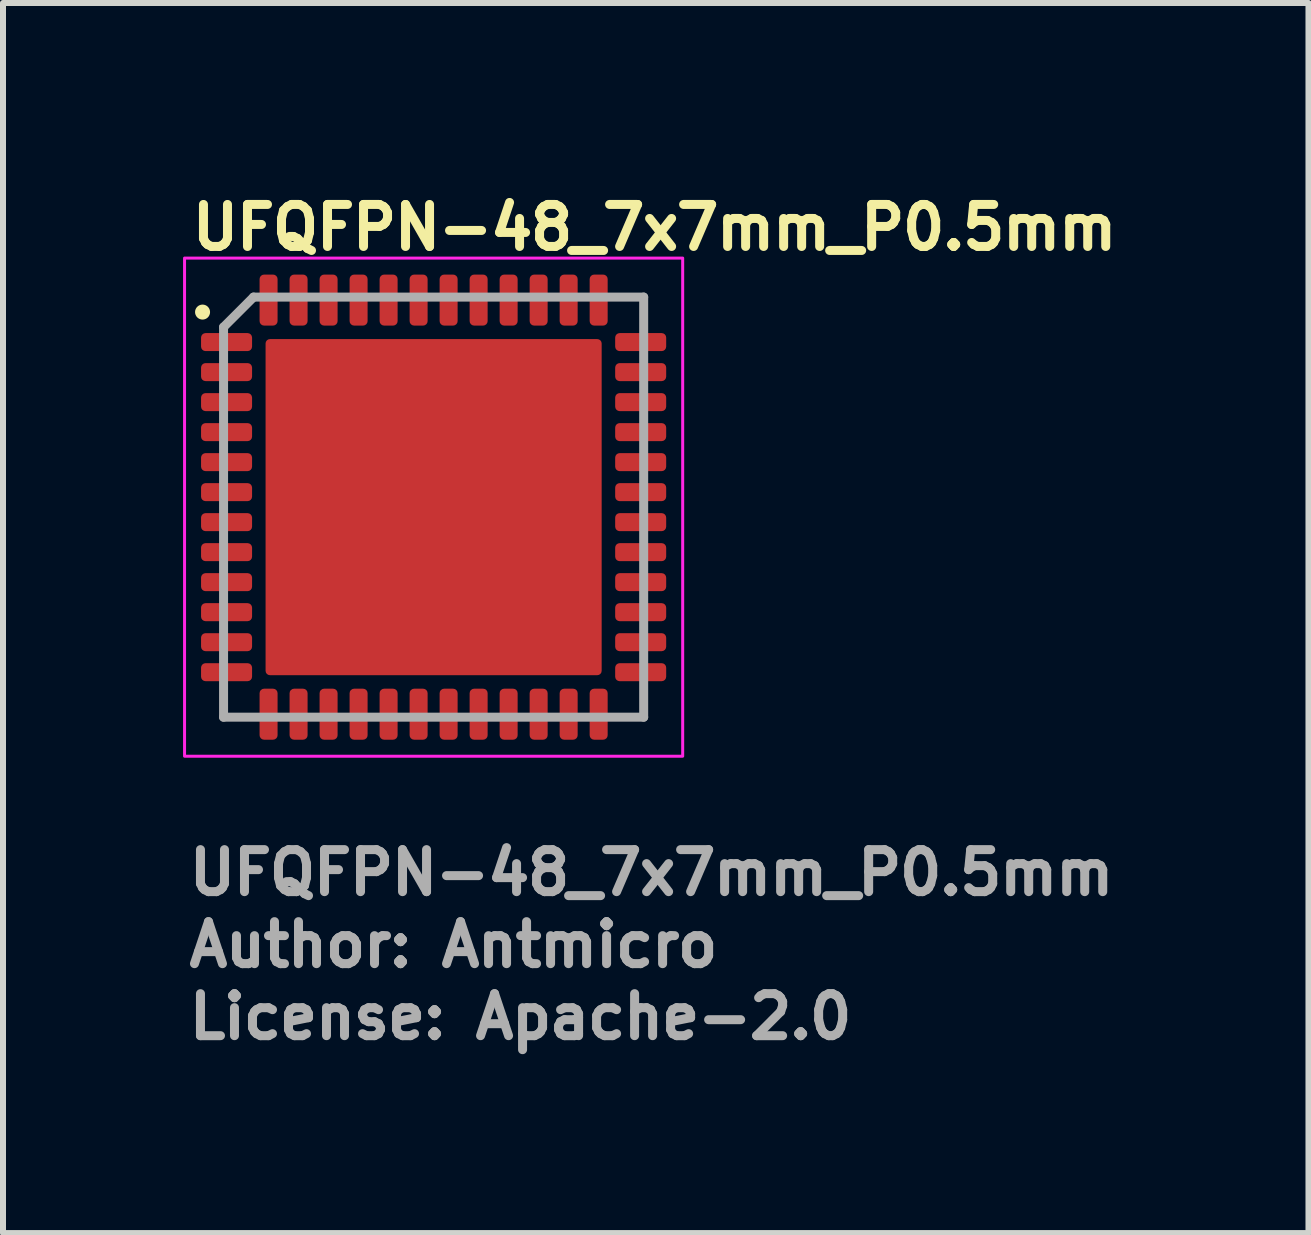
<source format=kicad_pcb>
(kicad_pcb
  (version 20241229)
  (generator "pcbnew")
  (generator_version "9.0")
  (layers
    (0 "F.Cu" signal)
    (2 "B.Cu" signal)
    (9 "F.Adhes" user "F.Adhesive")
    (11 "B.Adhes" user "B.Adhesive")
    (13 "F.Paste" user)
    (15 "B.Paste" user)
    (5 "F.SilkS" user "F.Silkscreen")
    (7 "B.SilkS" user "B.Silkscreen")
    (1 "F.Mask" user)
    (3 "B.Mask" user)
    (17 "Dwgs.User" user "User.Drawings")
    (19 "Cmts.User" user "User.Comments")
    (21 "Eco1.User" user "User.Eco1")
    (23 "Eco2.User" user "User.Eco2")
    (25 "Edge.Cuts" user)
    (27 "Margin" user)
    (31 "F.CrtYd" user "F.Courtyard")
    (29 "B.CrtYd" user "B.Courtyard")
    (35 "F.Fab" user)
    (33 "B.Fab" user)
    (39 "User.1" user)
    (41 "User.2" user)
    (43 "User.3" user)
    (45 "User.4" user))
  (footprint "UFQFPN-48_7x7mm_P0.5mm"
    (layer "F.Cu")
    (at 4.175 5.4)
    (property "Reference" "UFQFPN-48_7x7mm_P0.5mm" (at -4.1 -4.25 0) (layer "F.SilkS") (effects (font (size 0.7 0.7) (thickness 0.15)) (justify left bottom)))
    (attr smd)
    (fp_circle (center -3.85 -3.25) (end -3.8 -3.25) (stroke (width 0.15) (type solid)) (fill yes) (layer "F.SilkS"))
    (fp_rect (start -4.15 -4.15) (end 4.15 4.15) (stroke (width 0.05) (type solid)) (fill no) (layer "F.CrtYd"))
    (fp_line (start -3.5 -3) (end -3 -3.5) (stroke (width 0.15) (type solid)) (layer "F.Fab"))
    (fp_line (start -3.5 3.5) (end -3.5 -3) (stroke (width 0.15) (type solid)) (layer "F.Fab"))
    (fp_line (start -3 -3.5) (end 3.5 -3.5) (stroke (width 0.15) (type solid)) (layer "F.Fab"))
    (fp_line (start 3.5 -3.5) (end 3.5 3.5) (stroke (width 0.15) (type solid)) (layer "F.Fab"))
    (fp_line (start 3.5 3.5) (end -3.5 3.5) (stroke (width 0.15) (type solid)) (layer "F.Fab"))
    (fp_rect (start -3.55 -3.55) (end 3.55 3.55) (stroke (width 0.1) (type solid)) (fill no) (layer "User.5"))
    (fp_line (start -3.55 -2.875) (end -3.5 -2.875) (stroke (width 0.02) (type solid)) (layer "User.9"))
    (fp_line (start -3.55 -2.625) (end -3.55 -2.875) (stroke (width 0.02) (type solid)) (layer "User.9"))
    (fp_line (start -3.55 -2.625) (end -3.5 -2.625) (stroke (width 0.02) (type solid)) (layer "User.9"))
    (fp_line (start -3.55 -2.375) (end -3.5 -2.375) (stroke (width 0.02) (type solid)) (layer "User.9"))
    (fp_line (start -3.55 -2.125) (end -3.55 -2.375) (stroke (width 0.02) (type solid)) (layer "User.9"))
    (fp_line (start -3.55 -2.125) (end -3.5 -2.125) (stroke (width 0.02) (type solid)) (layer "User.9"))
    (fp_line (start -3.55 -1.875) (end -3.5 -1.875) (stroke (width 0.02) (type solid)) (layer "User.9"))
    (fp_line (start -3.55 -1.625) (end -3.55 -1.875) (stroke (width 0.02) (type solid)) (layer "User.9"))
    (fp_line (start -3.55 -1.625) (end -3.5 -1.625) (stroke (width 0.02) (type solid)) (layer "User.9"))
    (fp_line (start -3.55 -1.375) (end -3.5 -1.375) (stroke (width 0.02) (type solid)) (layer "User.9"))
    (fp_line (start -3.55 -1.125) (end -3.55 -1.375) (stroke (width 0.02) (type solid)) (layer "User.9"))
    (fp_line (start -3.55 -1.125) (end -3.5 -1.125) (stroke (width 0.02) (type solid)) (layer "User.9"))
    (fp_line (start -3.55 -0.875) (end -3.5 -0.875) (stroke (width 0.02) (type solid)) (layer "User.9"))
    (fp_line (start -3.55 -0.625) (end -3.55 -0.875) (stroke (width 0.02) (type solid)) (layer "User.9"))
    (fp_line (start -3.55 -0.625) (end -3.5 -0.625) (stroke (width 0.02) (type solid)) (layer "User.9"))
    (fp_line (start -3.55 -0.375) (end -3.5 -0.375) (stroke (width 0.02) (type solid)) (layer "User.9"))
    (fp_line (start -3.55 -0.125) (end -3.55 -0.375) (stroke (width 0.02) (type solid)) (layer "User.9"))
    (fp_line (start -3.55 -0.125) (end -3.5 -0.125) (stroke (width 0.02) (type solid)) (layer "User.9"))
    (fp_line (start -3.55 0.125) (end -3.5 0.125) (stroke (width 0.02) (type solid)) (layer "User.9"))
    (fp_line (start -3.55 0.375) (end -3.55 0.125) (stroke (width 0.02) (type solid)) (layer "User.9"))
    (fp_line (start -3.55 0.375) (end -3.5 0.375) (stroke (width 0.02) (type solid)) (layer "User.9"))
    (fp_line (start -3.55 0.625) (end -3.5 0.625) (stroke (width 0.02) (type solid)) (layer "User.9"))
    (fp_line (start -3.55 0.875) (end -3.55 0.625) (stroke (width 0.02) (type solid)) (layer "User.9"))
    (fp_line (start -3.55 0.875) (end -3.5 0.875) (stroke (width 0.02) (type solid)) (layer "User.9"))
    (fp_line (start -3.55 1.125) (end -3.5 1.125) (stroke (width 0.02) (type solid)) (layer "User.9"))
    (fp_line (start -3.55 1.375) (end -3.55 1.125) (stroke (width 0.02) (type solid)) (layer "User.9"))
    (fp_line (start -3.55 1.375) (end -3.5 1.375) (stroke (width 0.02) (type solid)) (layer "User.9"))
    (fp_line (start -3.55 1.625) (end -3.5 1.625) (stroke (width 0.02) (type solid)) (layer "User.9"))
    (fp_line (start -3.55 1.875) (end -3.55 1.625) (stroke (width 0.02) (type solid)) (layer "User.9"))
    (fp_line (start -3.55 1.875) (end -3.5 1.875) (stroke (width 0.02) (type solid)) (layer "User.9"))
    (fp_line (start -3.55 2.125) (end -3.5 2.125) (stroke (width 0.02) (type solid)) (layer "User.9"))
    (fp_line (start -3.55 2.375) (end -3.55 2.125) (stroke (width 0.02) (type solid)) (layer "User.9"))
    (fp_line (start -3.55 2.375) (end -3.5 2.375) (stroke (width 0.02) (type solid)) (layer "User.9"))
    (fp_line (start -3.55 2.625) (end -3.5 2.625) (stroke (width 0.02) (type solid)) (layer "User.9"))
    (fp_line (start -3.55 2.875) (end -3.55 2.625) (stroke (width 0.02) (type solid)) (layer "User.9"))
    (fp_line (start -3.55 2.875) (end -3.5 2.875) (stroke (width 0.02) (type solid)) (layer "User.9"))
    (fp_line (start -3.5 -3.5) (end 3.5 -3.5) (stroke (width 0.02) (type solid)) (layer "User.9"))
    (fp_line (start -3.5 -2.625) (end -3.5 -2.375) (stroke (width 0.02) (type solid)) (layer "User.9"))
    (fp_line (start -3.5 -2.125) (end -3.5 -1.875) (stroke (width 0.02) (type solid)) (layer "User.9"))
    (fp_line (start -3.5 -1.625) (end -3.5 -1.375) (stroke (width 0.02) (type solid)) (layer "User.9"))
    (fp_line (start -3.5 -1.125) (end -3.5 -0.875) (stroke (width 0.02) (type solid)) (layer "User.9"))
    (fp_line (start -3.5 -0.625) (end -3.5 -0.375) (stroke (width 0.02) (type solid)) (layer "User.9"))
    (fp_line (start -3.5 -0.125) (end -3.5 0.125) (stroke (width 0.02) (type solid)) (layer "User.9"))
    (fp_line (start -3.5 0.375) (end -3.5 0.625) (stroke (width 0.02) (type solid)) (layer "User.9"))
    (fp_line (start -3.5 0.875) (end -3.5 1.125) (stroke (width 0.02) (type solid)) (layer "User.9"))
    (fp_line (start -3.5 1.375) (end -3.5 1.625) (stroke (width 0.02) (type solid)) (layer "User.9"))
    (fp_line (start -3.5 1.875) (end -3.5 2.125) (stroke (width 0.02) (type solid)) (layer "User.9"))
    (fp_line (start -3.5 2.375) (end -3.5 2.625) (stroke (width 0.02) (type solid)) (layer "User.9"))
    (fp_line (start -3.5 2.875) (end -3.5 3.5) (stroke (width 0.02) (type solid)) (layer "User.9"))
    (fp_line (start -3.5 3.5) (end -3.5 -3.5) (stroke (width 0.02) (type solid)) (layer "User.9"))
    (fp_line (start -3.5 3.5) (end -2.875 3.5) (stroke (width 0.02) (type solid)) (layer "User.9"))
    (fp_line (start -3.5 3.5) (end 3.5 3.5) (stroke (width 0.02) (type solid)) (layer "User.9"))
    (fp_line (start -2.875 -3.55) (end -2.875 -3.5) (stroke (width 0.02) (type solid)) (layer "User.9"))
    (fp_line (start -2.875 -3.55) (end -2.625 -3.55) (stroke (width 0.02) (type solid)) (layer "User.9"))
    (fp_line (start -2.875 3.55) (end -2.875 3.5) (stroke (width 0.02) (type solid)) (layer "User.9"))
    (fp_line (start -2.875 3.55) (end -2.625 3.55) (stroke (width 0.02) (type solid)) (layer "User.9"))
    (fp_line (start -2.625 -3.55) (end -2.625 -3.5) (stroke (width 0.02) (type solid)) (layer "User.9"))
    (fp_line (start -2.625 3.5) (end -2.375 3.5) (stroke (width 0.02) (type solid)) (layer "User.9"))
    (fp_line (start -2.625 3.55) (end -2.625 3.5) (stroke (width 0.02) (type solid)) (layer "User.9"))
    (fp_line (start -2.375 -3.55) (end -2.375 -3.5) (stroke (width 0.02) (type solid)) (layer "User.9"))
    (fp_line (start -2.375 -3.55) (end -2.125 -3.55) (stroke (width 0.02) (type solid)) (layer "User.9"))
    (fp_line (start -2.375 -3.5) (end -2.625 -3.5) (stroke (width 0.02) (type solid)) (layer "User.9"))
    (fp_line (start -2.375 3.55) (end -2.375 3.5) (stroke (width 0.02) (type solid)) (layer "User.9"))
    (fp_line (start -2.375 3.55) (end -2.125 3.55) (stroke (width 0.02) (type solid)) (layer "User.9"))
    (fp_line (start -2.125 -3.55) (end -2.125 -3.5) (stroke (width 0.02) (type solid)) (layer "User.9"))
    (fp_line (start -2.125 3.5) (end -1.875 3.5) (stroke (width 0.02) (type solid)) (layer "User.9"))
    (fp_line (start -2.125 3.55) (end -2.125 3.5) (stroke (width 0.02) (type solid)) (layer "User.9"))
    (fp_line (start -1.875 -3.55) (end -1.875 -3.5) (stroke (width 0.02) (type solid)) (layer "User.9"))
    (fp_line (start -1.875 -3.55) (end -1.625 -3.55) (stroke (width 0.02) (type solid)) (layer "User.9"))
    (fp_line (start -1.875 -3.5) (end -2.125 -3.5) (stroke (width 0.02) (type solid)) (layer "User.9"))
    (fp_line (start -1.875 3.55) (end -1.875 3.5) (stroke (width 0.02) (type solid)) (layer "User.9"))
    (fp_line (start -1.875 3.55) (end -1.625 3.55) (stroke (width 0.02) (type solid)) (layer "User.9"))
    (fp_line (start -1.625 -3.55) (end -1.625 -3.5) (stroke (width 0.02) (type solid)) (layer "User.9"))
    (fp_line (start -1.625 3.5) (end -1.375 3.5) (stroke (width 0.02) (type solid)) (layer "User.9"))
    (fp_line (start -1.625 3.55) (end -1.625 3.5) (stroke (width 0.02) (type solid)) (layer "User.9"))
    (fp_line (start -1.375 -3.55) (end -1.375 -3.5) (stroke (width 0.02) (type solid)) (layer "User.9"))
    (fp_line (start -1.375 -3.55) (end -1.125 -3.55) (stroke (width 0.02) (type solid)) (layer "User.9"))
    (fp_line (start -1.375 -3.5) (end -1.625 -3.5) (stroke (width 0.02) (type solid)) (layer "User.9"))
    (fp_line (start -1.375 3.55) (end -1.375 3.5) (stroke (width 0.02) (type solid)) (layer "User.9"))
    (fp_line (start -1.375 3.55) (end -1.125 3.55) (stroke (width 0.02) (type solid)) (layer "User.9"))
    (fp_line (start -1.125 -3.55) (end -1.125 -3.5) (stroke (width 0.02) (type solid)) (layer "User.9"))
    (fp_line (start -1.125 3.5) (end -0.875 3.5) (stroke (width 0.02) (type solid)) (layer "User.9"))
    (fp_line (start -1.125 3.55) (end -1.125 3.5) (stroke (width 0.02) (type solid)) (layer "User.9"))
    (fp_line (start -0.875 -3.55) (end -0.875 -3.5) (stroke (width 0.02) (type solid)) (layer "User.9"))
    (fp_line (start -0.875 -3.55) (end -0.625 -3.55) (stroke (width 0.02) (type solid)) (layer "User.9"))
    (fp_line (start -0.875 -3.5) (end -1.125 -3.5) (stroke (width 0.02) (type solid)) (layer "User.9"))
    (fp_line (start -0.875 3.55) (end -0.875 3.5) (stroke (width 0.02) (type solid)) (layer "User.9"))
    (fp_line (start -0.875 3.55) (end -0.625 3.55) (stroke (width 0.02) (type solid)) (layer "User.9"))
    (fp_line (start -0.625 -3.55) (end -0.625 -3.5) (stroke (width 0.02) (type solid)) (layer "User.9"))
    (fp_line (start -0.625 3.5) (end -0.375 3.5) (stroke (width 0.02) (type solid)) (layer "User.9"))
    (fp_line (start -0.625 3.55) (end -0.625 3.5) (stroke (width 0.02) (type solid)) (layer "User.9"))
    (fp_line (start -0.375 -3.55) (end -0.375 -3.5) (stroke (width 0.02) (type solid)) (layer "User.9"))
    (fp_line (start -0.375 -3.55) (end -0.125 -3.55) (stroke (width 0.02) (type solid)) (layer "User.9"))
    (fp_line (start -0.375 -3.5) (end -0.625 -3.5) (stroke (width 0.02) (type solid)) (layer "User.9"))
    (fp_line (start -0.375 3.55) (end -0.375 3.5) (stroke (width 0.02) (type solid)) (layer "User.9"))
    (fp_line (start -0.375 3.55) (end -0.125 3.55) (stroke (width 0.02) (type solid)) (layer "User.9"))
    (fp_line (start -0.125 -3.55) (end -0.125 -3.5) (stroke (width 0.02) (type solid)) (layer "User.9"))
    (fp_line (start -0.125 3.5) (end 0.125 3.5) (stroke (width 0.02) (type solid)) (layer "User.9"))
    (fp_line (start -0.125 3.55) (end -0.125 3.5) (stroke (width 0.02) (type solid)) (layer "User.9"))
    (fp_line (start 0.125 -3.55) (end 0.125 -3.5) (stroke (width 0.02) (type solid)) (layer "User.9"))
    (fp_line (start 0.125 -3.55) (end 0.375 -3.55) (stroke (width 0.02) (type solid)) (layer "User.9"))
    (fp_line (start 0.125 -3.5) (end -0.125 -3.5) (stroke (width 0.02) (type solid)) (layer "User.9"))
    (fp_line (start 0.125 3.55) (end 0.125 3.5) (stroke (width 0.02) (type solid)) (layer "User.9"))
    (fp_line (start 0.125 3.55) (end 0.375 3.55) (stroke (width 0.02) (type solid)) (layer "User.9"))
    (fp_line (start 0.375 -3.55) (end 0.375 -3.5) (stroke (width 0.02) (type solid)) (layer "User.9"))
    (fp_line (start 0.375 3.5) (end 0.625 3.5) (stroke (width 0.02) (type solid)) (layer "User.9"))
    (fp_line (start 0.375 3.55) (end 0.375 3.5) (stroke (width 0.02) (type solid)) (layer "User.9"))
    (fp_line (start 0.625 -3.55) (end 0.625 -3.5) (stroke (width 0.02) (type solid)) (layer "User.9"))
    (fp_line (start 0.625 -3.55) (end 0.875 -3.55) (stroke (width 0.02) (type solid)) (layer "User.9"))
    (fp_line (start 0.625 -3.5) (end 0.375 -3.5) (stroke (width 0.02) (type solid)) (layer "User.9"))
    (fp_line (start 0.625 3.55) (end 0.625 3.5) (stroke (width 0.02) (type solid)) (layer "User.9"))
    (fp_line (start 0.625 3.55) (end 0.875 3.55) (stroke (width 0.02) (type solid)) (layer "User.9"))
    (fp_line (start 0.875 -3.55) (end 0.875 -3.5) (stroke (width 0.02) (type solid)) (layer "User.9"))
    (fp_line (start 0.875 3.5) (end 1.125 3.5) (stroke (width 0.02) (type solid)) (layer "User.9"))
    (fp_line (start 0.875 3.55) (end 0.875 3.5) (stroke (width 0.02) (type solid)) (layer "User.9"))
    (fp_line (start 1.125 -3.55) (end 1.125 -3.5) (stroke (width 0.02) (type solid)) (layer "User.9"))
    (fp_line (start 1.125 -3.55) (end 1.375 -3.55) (stroke (width 0.02) (type solid)) (layer "User.9"))
    (fp_line (start 1.125 -3.5) (end 0.875 -3.5) (stroke (width 0.02) (type solid)) (layer "User.9"))
    (fp_line (start 1.125 3.55) (end 1.125 3.5) (stroke (width 0.02) (type solid)) (layer "User.9"))
    (fp_line (start 1.125 3.55) (end 1.375 3.55) (stroke (width 0.02) (type solid)) (layer "User.9"))
    (fp_line (start 1.375 -3.55) (end 1.375 -3.5) (stroke (width 0.02) (type solid)) (layer "User.9"))
    (fp_line (start 1.375 3.5) (end 1.625 3.5) (stroke (width 0.02) (type solid)) (layer "User.9"))
    (fp_line (start 1.375 3.55) (end 1.375 3.5) (stroke (width 0.02) (type solid)) (layer "User.9"))
    (fp_line (start 1.625 -3.55) (end 1.625 -3.5) (stroke (width 0.02) (type solid)) (layer "User.9"))
    (fp_line (start 1.625 -3.55) (end 1.875 -3.55) (stroke (width 0.02) (type solid)) (layer "User.9"))
    (fp_line (start 1.625 -3.5) (end 1.375 -3.5) (stroke (width 0.02) (type solid)) (layer "User.9"))
    (fp_line (start 1.625 3.55) (end 1.625 3.5) (stroke (width 0.02) (type solid)) (layer "User.9"))
    (fp_line (start 1.625 3.55) (end 1.875 3.55) (stroke (width 0.02) (type solid)) (layer "User.9"))
    (fp_line (start 1.875 -3.55) (end 1.875 -3.5) (stroke (width 0.02) (type solid)) (layer "User.9"))
    (fp_line (start 1.875 3.5) (end 2.125 3.5) (stroke (width 0.02) (type solid)) (layer "User.9"))
    (fp_line (start 1.875 3.55) (end 1.875 3.5) (stroke (width 0.02) (type solid)) (layer "User.9"))
    (fp_line (start 2.125 -3.55) (end 2.125 -3.5) (stroke (width 0.02) (type solid)) (layer "User.9"))
    (fp_line (start 2.125 -3.55) (end 2.375 -3.55) (stroke (width 0.02) (type solid)) (layer "User.9"))
    (fp_line (start 2.125 -3.5) (end 1.875 -3.5) (stroke (width 0.02) (type solid)) (layer "User.9"))
    (fp_line (start 2.125 3.55) (end 2.125 3.5) (stroke (width 0.02) (type solid)) (layer "User.9"))
    (fp_line (start 2.125 3.55) (end 2.375 3.55) (stroke (width 0.02) (type solid)) (layer "User.9"))
    (fp_line (start 2.375 -3.55) (end 2.375 -3.5) (stroke (width 0.02) (type solid)) (layer "User.9"))
    (fp_line (start 2.375 3.5) (end 2.625 3.5) (stroke (width 0.02) (type solid)) (layer "User.9"))
    (fp_line (start 2.375 3.55) (end 2.375 3.5) (stroke (width 0.02) (type solid)) (layer "User.9"))
    (fp_line (start 2.625 -3.55) (end 2.625 -3.5) (stroke (width 0.02) (type solid)) (layer "User.9"))
    (fp_line (start 2.625 -3.55) (end 2.875 -3.55) (stroke (width 0.02) (type solid)) (layer "User.9"))
    (fp_line (start 2.625 3.55) (end 2.625 3.5) (stroke (width 0.02) (type solid)) (layer "User.9"))
    (fp_line (start 2.625 3.55) (end 2.875 3.55) (stroke (width 0.02) (type solid)) (layer "User.9"))
    (fp_line (start 2.875 -3.55) (end 2.875 -3.5) (stroke (width 0.02) (type solid)) (layer "User.9"))
    (fp_line (start 2.875 -3.5) (end 2.625 -3.5) (stroke (width 0.02) (type solid)) (layer "User.9"))
    (fp_line (start 2.875 3.55) (end 2.875 3.5) (stroke (width 0.02) (type solid)) (layer "User.9"))
    (fp_line (start 3.5 -2.375) (end 3.5 -2.625) (stroke (width 0.02) (type solid)) (layer "User.9"))
    (fp_line (start 3.5 -1.875) (end 3.5 -2.125) (stroke (width 0.02) (type solid)) (layer "User.9"))
    (fp_line (start 3.5 -1.375) (end 3.5 -1.625) (stroke (width 0.02) (type solid)) (layer "User.9"))
    (fp_line (start 3.5 -0.875) (end 3.5 -1.125) (stroke (width 0.02) (type solid)) (layer "User.9"))
    (fp_line (start 3.5 -0.375) (end 3.5 -0.625) (stroke (width 0.02) (type solid)) (layer "User.9"))
    (fp_line (start 3.5 0.125) (end 3.5 -0.125) (stroke (width 0.02) (type solid)) (layer "User.9"))
    (fp_line (start 3.5 0.625) (end 3.5 0.375) (stroke (width 0.02) (type solid)) (layer "User.9"))
    (fp_line (start 3.5 1.125) (end 3.5 0.875) (stroke (width 0.02) (type solid)) (layer "User.9"))
    (fp_line (start 3.5 1.625) (end 3.5 1.375) (stroke (width 0.02) (type solid)) (layer "User.9"))
    (fp_line (start 3.5 2.125) (end 3.5 1.875) (stroke (width 0.02) (type solid)) (layer "User.9"))
    (fp_line (start 3.5 2.625) (end 3.5 2.375) (stroke (width 0.02) (type solid)) (layer "User.9"))
    (fp_line (start 3.5 3.5) (end 3.5 -3.5) (stroke (width 0.02) (type solid)) (layer "User.9"))
    (fp_line (start 3.55 -2.875) (end 3.5 -2.875) (stroke (width 0.02) (type solid)) (layer "User.9"))
    (fp_line (start 3.55 -2.625) (end 3.5 -2.625) (stroke (width 0.02) (type solid)) (layer "User.9"))
    (fp_line (start 3.55 -2.625) (end 3.55 -2.875) (stroke (width 0.02) (type solid)) (layer "User.9"))
    (fp_line (start 3.55 -2.375) (end 3.5 -2.375) (stroke (width 0.02) (type solid)) (layer "User.9"))
    (fp_line (start 3.55 -2.125) (end 3.5 -2.125) (stroke (width 0.02) (type solid)) (layer "User.9"))
    (fp_line (start 3.55 -2.125) (end 3.55 -2.375) (stroke (width 0.02) (type solid)) (layer "User.9"))
    (fp_line (start 3.55 -1.875) (end 3.5 -1.875) (stroke (width 0.02) (type solid)) (layer "User.9"))
    (fp_line (start 3.55 -1.625) (end 3.5 -1.625) (stroke (width 0.02) (type solid)) (layer "User.9"))
    (fp_line (start 3.55 -1.625) (end 3.55 -1.875) (stroke (width 0.02) (type solid)) (layer "User.9"))
    (fp_line (start 3.55 -1.375) (end 3.5 -1.375) (stroke (width 0.02) (type solid)) (layer "User.9"))
    (fp_line (start 3.55 -1.125) (end 3.5 -1.125) (stroke (width 0.02) (type solid)) (layer "User.9"))
    (fp_line (start 3.55 -1.125) (end 3.55 -1.375) (stroke (width 0.02) (type solid)) (layer "User.9"))
    (fp_line (start 3.55 -0.875) (end 3.5 -0.875) (stroke (width 0.02) (type solid)) (layer "User.9"))
    (fp_line (start 3.55 -0.625) (end 3.5 -0.625) (stroke (width 0.02) (type solid)) (layer "User.9"))
    (fp_line (start 3.55 -0.625) (end 3.55 -0.875) (stroke (width 0.02) (type solid)) (layer "User.9"))
    (fp_line (start 3.55 -0.375) (end 3.5 -0.375) (stroke (width 0.02) (type solid)) (layer "User.9"))
    (fp_line (start 3.55 -0.125) (end 3.5 -0.125) (stroke (width 0.02) (type solid)) (layer "User.9"))
    (fp_line (start 3.55 -0.125) (end 3.55 -0.375) (stroke (width 0.02) (type solid)) (layer "User.9"))
    (fp_line (start 3.55 0.125) (end 3.5 0.125) (stroke (width 0.02) (type solid)) (layer "User.9"))
    (fp_line (start 3.55 0.375) (end 3.5 0.375) (stroke (width 0.02) (type solid)) (layer "User.9"))
    (fp_line (start 3.55 0.375) (end 3.55 0.125) (stroke (width 0.02) (type solid)) (layer "User.9"))
    (fp_line (start 3.55 0.625) (end 3.5 0.625) (stroke (width 0.02) (type solid)) (layer "User.9"))
    (fp_line (start 3.55 0.875) (end 3.5 0.875) (stroke (width 0.02) (type solid)) (layer "User.9"))
    (fp_line (start 3.55 0.875) (end 3.55 0.625) (stroke (width 0.02) (type solid)) (layer "User.9"))
    (fp_line (start 3.55 1.125) (end 3.5 1.125) (stroke (width 0.02) (type solid)) (layer "User.9"))
    (fp_line (start 3.55 1.375) (end 3.5 1.375) (stroke (width 0.02) (type solid)) (layer "User.9"))
    (fp_line (start 3.55 1.375) (end 3.55 1.125) (stroke (width 0.02) (type solid)) (layer "User.9"))
    (fp_line (start 3.55 1.625) (end 3.5 1.625) (stroke (width 0.02) (type solid)) (layer "User.9"))
    (fp_line (start 3.55 1.875) (end 3.5 1.875) (stroke (width 0.02) (type solid)) (layer "User.9"))
    (fp_line (start 3.55 1.875) (end 3.55 1.625) (stroke (width 0.02) (type solid)) (layer "User.9"))
    (fp_line (start 3.55 2.125) (end 3.5 2.125) (stroke (width 0.02) (type solid)) (layer "User.9"))
    (fp_line (start 3.55 2.375) (end 3.5 2.375) (stroke (width 0.02) (type solid)) (layer "User.9"))
    (fp_line (start 3.55 2.375) (end 3.55 2.125) (stroke (width 0.02) (type solid)) (layer "User.9"))
    (fp_line (start 3.55 2.625) (end 3.5 2.625) (stroke (width 0.02) (type solid)) (layer "User.9"))
    (fp_line (start 3.55 2.875) (end 3.5 2.875) (stroke (width 0.02) (type solid)) (layer "User.9"))
    (fp_line (start 3.55 2.875) (end 3.55 2.625) (stroke (width 0.02) (type solid)) (layer "User.9"))
    (fp_circle (center -2.625 -2.625) (end -2.2 -2.625) (stroke (width 0.02) (type default)) (fill no) (layer "User.9"))
    (fp_text user "License: Apache-2.0" (at -4.15 8.9 0) (layer "F.Fab") (effects (font (size 0.7 0.7) (thickness 0.15)) (justify left bottom)))
    (fp_text user "Author: Antmicro" (at -4.15 7.7 0) (layer "F.Fab") (effects (font (size 0.7 0.7) (thickness 0.15)) (justify left bottom)))
    (fp_text user "${REFERENCE}" (at -4.15 6.5 0) (layer "F.Fab") (effects (font (size 0.7 0.7) (thickness 0.15)) (justify left bottom)))
    (pad "" smd roundrect (at -1.2 -1.2) (size 2 2) (layers "F.Paste") (roundrect_rratio 0.013))
    (pad "" smd roundrect (at -1.2 1.2) (size 2 2) (layers "F.Paste") (roundrect_rratio 0.013))
    (pad "" smd roundrect (at 1.2 -1.2) (size 2 2) (layers "F.Paste") (roundrect_rratio 0.013))
    (pad "" smd roundrect (at 1.2 1.2) (size 2 2) (layers "F.Paste") (roundrect_rratio 0.013))
    (pad "1" smd roundrect (at -3.45 -2.75 90) (size 0.3 0.85) (layers "F.Cu" "F.Mask" "F.Paste") (roundrect_rratio 0.25))
    (pad "2" smd roundrect (at -3.45 -2.25 90) (size 0.3 0.85) (layers "F.Cu" "F.Mask" "F.Paste") (roundrect_rratio 0.25))
    (pad "3" smd roundrect (at -3.45 -1.75 90) (size 0.3 0.85) (layers "F.Cu" "F.Mask" "F.Paste") (roundrect_rratio 0.25))
    (pad "4" smd roundrect (at -3.45 -1.25 90) (size 0.3 0.85) (layers "F.Cu" "F.Mask" "F.Paste") (roundrect_rratio 0.25))
    (pad "5" smd roundrect (at -3.45 -0.75 90) (size 0.3 0.85) (layers "F.Cu" "F.Mask" "F.Paste") (roundrect_rratio 0.25))
    (pad "6" smd roundrect (at -3.45 -0.25 90) (size 0.3 0.85) (layers "F.Cu" "F.Mask" "F.Paste") (roundrect_rratio 0.25))
    (pad "7" smd roundrect (at -3.45 0.25 90) (size 0.3 0.85) (layers "F.Cu" "F.Mask" "F.Paste") (roundrect_rratio 0.25))
    (pad "8" smd roundrect (at -3.45 0.75 90) (size 0.3 0.85) (layers "F.Cu" "F.Mask" "F.Paste") (roundrect_rratio 0.25))
    (pad "9" smd roundrect (at -3.45 1.25 90) (size 0.3 0.85) (layers "F.Cu" "F.Mask" "F.Paste") (roundrect_rratio 0.25))
    (pad "10" smd roundrect (at -3.45 1.75 90) (size 0.3 0.85) (layers "F.Cu" "F.Mask" "F.Paste") (roundrect_rratio 0.25))
    (pad "11" smd roundrect (at -3.45 2.25 90) (size 0.3 0.85) (layers "F.Cu" "F.Mask" "F.Paste") (roundrect_rratio 0.25))
    (pad "12" smd roundrect (at -3.45 2.75 90) (size 0.3 0.85) (layers "F.Cu" "F.Mask" "F.Paste") (roundrect_rratio 0.25))
    (pad "13" smd roundrect (at -2.75 3.45) (size 0.3 0.85) (layers "F.Cu" "F.Mask" "F.Paste") (roundrect_rratio 0.25))
    (pad "14" smd roundrect (at -2.25 3.45) (size 0.3 0.85) (layers "F.Cu" "F.Mask" "F.Paste") (roundrect_rratio 0.25))
    (pad "15" smd roundrect (at -1.75 3.45) (size 0.3 0.85) (layers "F.Cu" "F.Mask" "F.Paste") (roundrect_rratio 0.25))
    (pad "16" smd roundrect (at -1.25 3.45) (size 0.3 0.85) (layers "F.Cu" "F.Mask" "F.Paste") (roundrect_rratio 0.25))
    (pad "17" smd roundrect (at -0.75 3.45) (size 0.3 0.85) (layers "F.Cu" "F.Mask" "F.Paste") (roundrect_rratio 0.25))
    (pad "18" smd roundrect (at -0.25 3.45) (size 0.3 0.85) (layers "F.Cu" "F.Mask" "F.Paste") (roundrect_rratio 0.25))
    (pad "19" smd roundrect (at 0.25 3.45) (size 0.3 0.85) (layers "F.Cu" "F.Mask" "F.Paste") (roundrect_rratio 0.25))
    (pad "20" smd roundrect (at 0.75 3.45) (size 0.3 0.85) (layers "F.Cu" "F.Mask" "F.Paste") (roundrect_rratio 0.25))
    (pad "21" smd roundrect (at 1.25 3.45) (size 0.3 0.85) (layers "F.Cu" "F.Mask" "F.Paste") (roundrect_rratio 0.25))
    (pad "22" smd roundrect (at 1.75 3.45) (size 0.3 0.85) (layers "F.Cu" "F.Mask" "F.Paste") (roundrect_rratio 0.25))
    (pad "23" smd roundrect (at 2.25 3.45) (size 0.3 0.85) (layers "F.Cu" "F.Mask" "F.Paste") (roundrect_rratio 0.25))
    (pad "24" smd roundrect (at 2.75 3.45) (size 0.3 0.85) (layers "F.Cu" "F.Mask" "F.Paste") (roundrect_rratio 0.25))
    (pad "25" smd roundrect (at 3.45 2.75 90) (size 0.3 0.85) (layers "F.Cu" "F.Mask" "F.Paste") (roundrect_rratio 0.25))
    (pad "26" smd roundrect (at 3.45 2.25 90) (size 0.3 0.85) (layers "F.Cu" "F.Mask" "F.Paste") (roundrect_rratio 0.25))
    (pad "27" smd roundrect (at 3.45 1.75 90) (size 0.3 0.85) (layers "F.Cu" "F.Mask" "F.Paste") (roundrect_rratio 0.25))
    (pad "28" smd roundrect (at 3.45 1.25 90) (size 0.3 0.85) (layers "F.Cu" "F.Mask" "F.Paste") (roundrect_rratio 0.25))
    (pad "29" smd roundrect (at 3.45 0.75 90) (size 0.3 0.85) (layers "F.Cu" "F.Mask" "F.Paste") (roundrect_rratio 0.25))
    (pad "30" smd roundrect (at 3.45 0.25 90) (size 0.3 0.85) (layers "F.Cu" "F.Mask" "F.Paste") (roundrect_rratio 0.25))
    (pad "31" smd roundrect (at 3.45 -0.25 90) (size 0.3 0.85) (layers "F.Cu" "F.Mask" "F.Paste") (roundrect_rratio 0.25))
    (pad "32" smd roundrect (at 3.45 -0.75 90) (size 0.3 0.85) (layers "F.Cu" "F.Mask" "F.Paste") (roundrect_rratio 0.25))
    (pad "33" smd roundrect (at 3.45 -1.25 90) (size 0.3 0.85) (layers "F.Cu" "F.Mask" "F.Paste") (roundrect_rratio 0.25))
    (pad "34" smd roundrect (at 3.45 -1.75 90) (size 0.3 0.85) (layers "F.Cu" "F.Mask" "F.Paste") (roundrect_rratio 0.25))
    (pad "35" smd roundrect (at 3.45 -2.25 90) (size 0.3 0.85) (layers "F.Cu" "F.Mask" "F.Paste") (roundrect_rratio 0.25))
    (pad "36" smd roundrect (at 3.45 -2.75 90) (size 0.3 0.85) (layers "F.Cu" "F.Mask" "F.Paste") (roundrect_rratio 0.25))
    (pad "37" smd roundrect (at 2.75 -3.45) (size 0.3 0.85) (layers "F.Cu" "F.Mask" "F.Paste") (roundrect_rratio 0.25))
    (pad "38" smd roundrect (at 2.25 -3.45) (size 0.3 0.85) (layers "F.Cu" "F.Mask" "F.Paste") (roundrect_rratio 0.25))
    (pad "39" smd roundrect (at 1.75 -3.45) (size 0.3 0.85) (layers "F.Cu" "F.Mask" "F.Paste") (roundrect_rratio 0.25))
    (pad "40" smd roundrect (at 1.25 -3.45) (size 0.3 0.85) (layers "F.Cu" "F.Mask" "F.Paste") (roundrect_rratio 0.25))
    (pad "41" smd roundrect (at 0.75 -3.45) (size 0.3 0.85) (layers "F.Cu" "F.Mask" "F.Paste") (roundrect_rratio 0.25))
    (pad "42" smd roundrect (at 0.25 -3.45) (size 0.3 0.85) (layers "F.Cu" "F.Mask" "F.Paste") (roundrect_rratio 0.25))
    (pad "43" smd roundrect (at -0.25 -3.45) (size 0.3 0.85) (layers "F.Cu" "F.Mask" "F.Paste") (roundrect_rratio 0.25))
    (pad "44" smd roundrect (at -0.75 -3.45) (size 0.3 0.85) (layers "F.Cu" "F.Mask" "F.Paste") (roundrect_rratio 0.25))
    (pad "45" smd roundrect (at -1.25 -3.45) (size 0.3 0.85) (layers "F.Cu" "F.Mask" "F.Paste") (roundrect_rratio 0.25))
    (pad "46" smd roundrect (at -1.75 -3.45) (size 0.3 0.85) (layers "F.Cu" "F.Mask" "F.Paste") (roundrect_rratio 0.25))
    (pad "47" smd roundrect (at -2.25 -3.45) (size 0.3 0.85) (layers "F.Cu" "F.Mask" "F.Paste") (roundrect_rratio 0.25))
    (pad "48" smd roundrect (at -2.75 -3.45) (size 0.3 0.85) (layers "F.Cu" "F.Mask" "F.Paste") (roundrect_rratio 0.25))
    (pad "49" smd roundrect (at 0 0) (size 5.6 5.6) (layers "F.Cu" "F.Mask") (roundrect_rratio 0.013)))
  (gr_rect
    (start -3 -3)
    (end 18.752 17.495)
    (stroke (width 0.1) (type default))
    (fill no)
    (layer "Edge.Cuts")))
</source>
